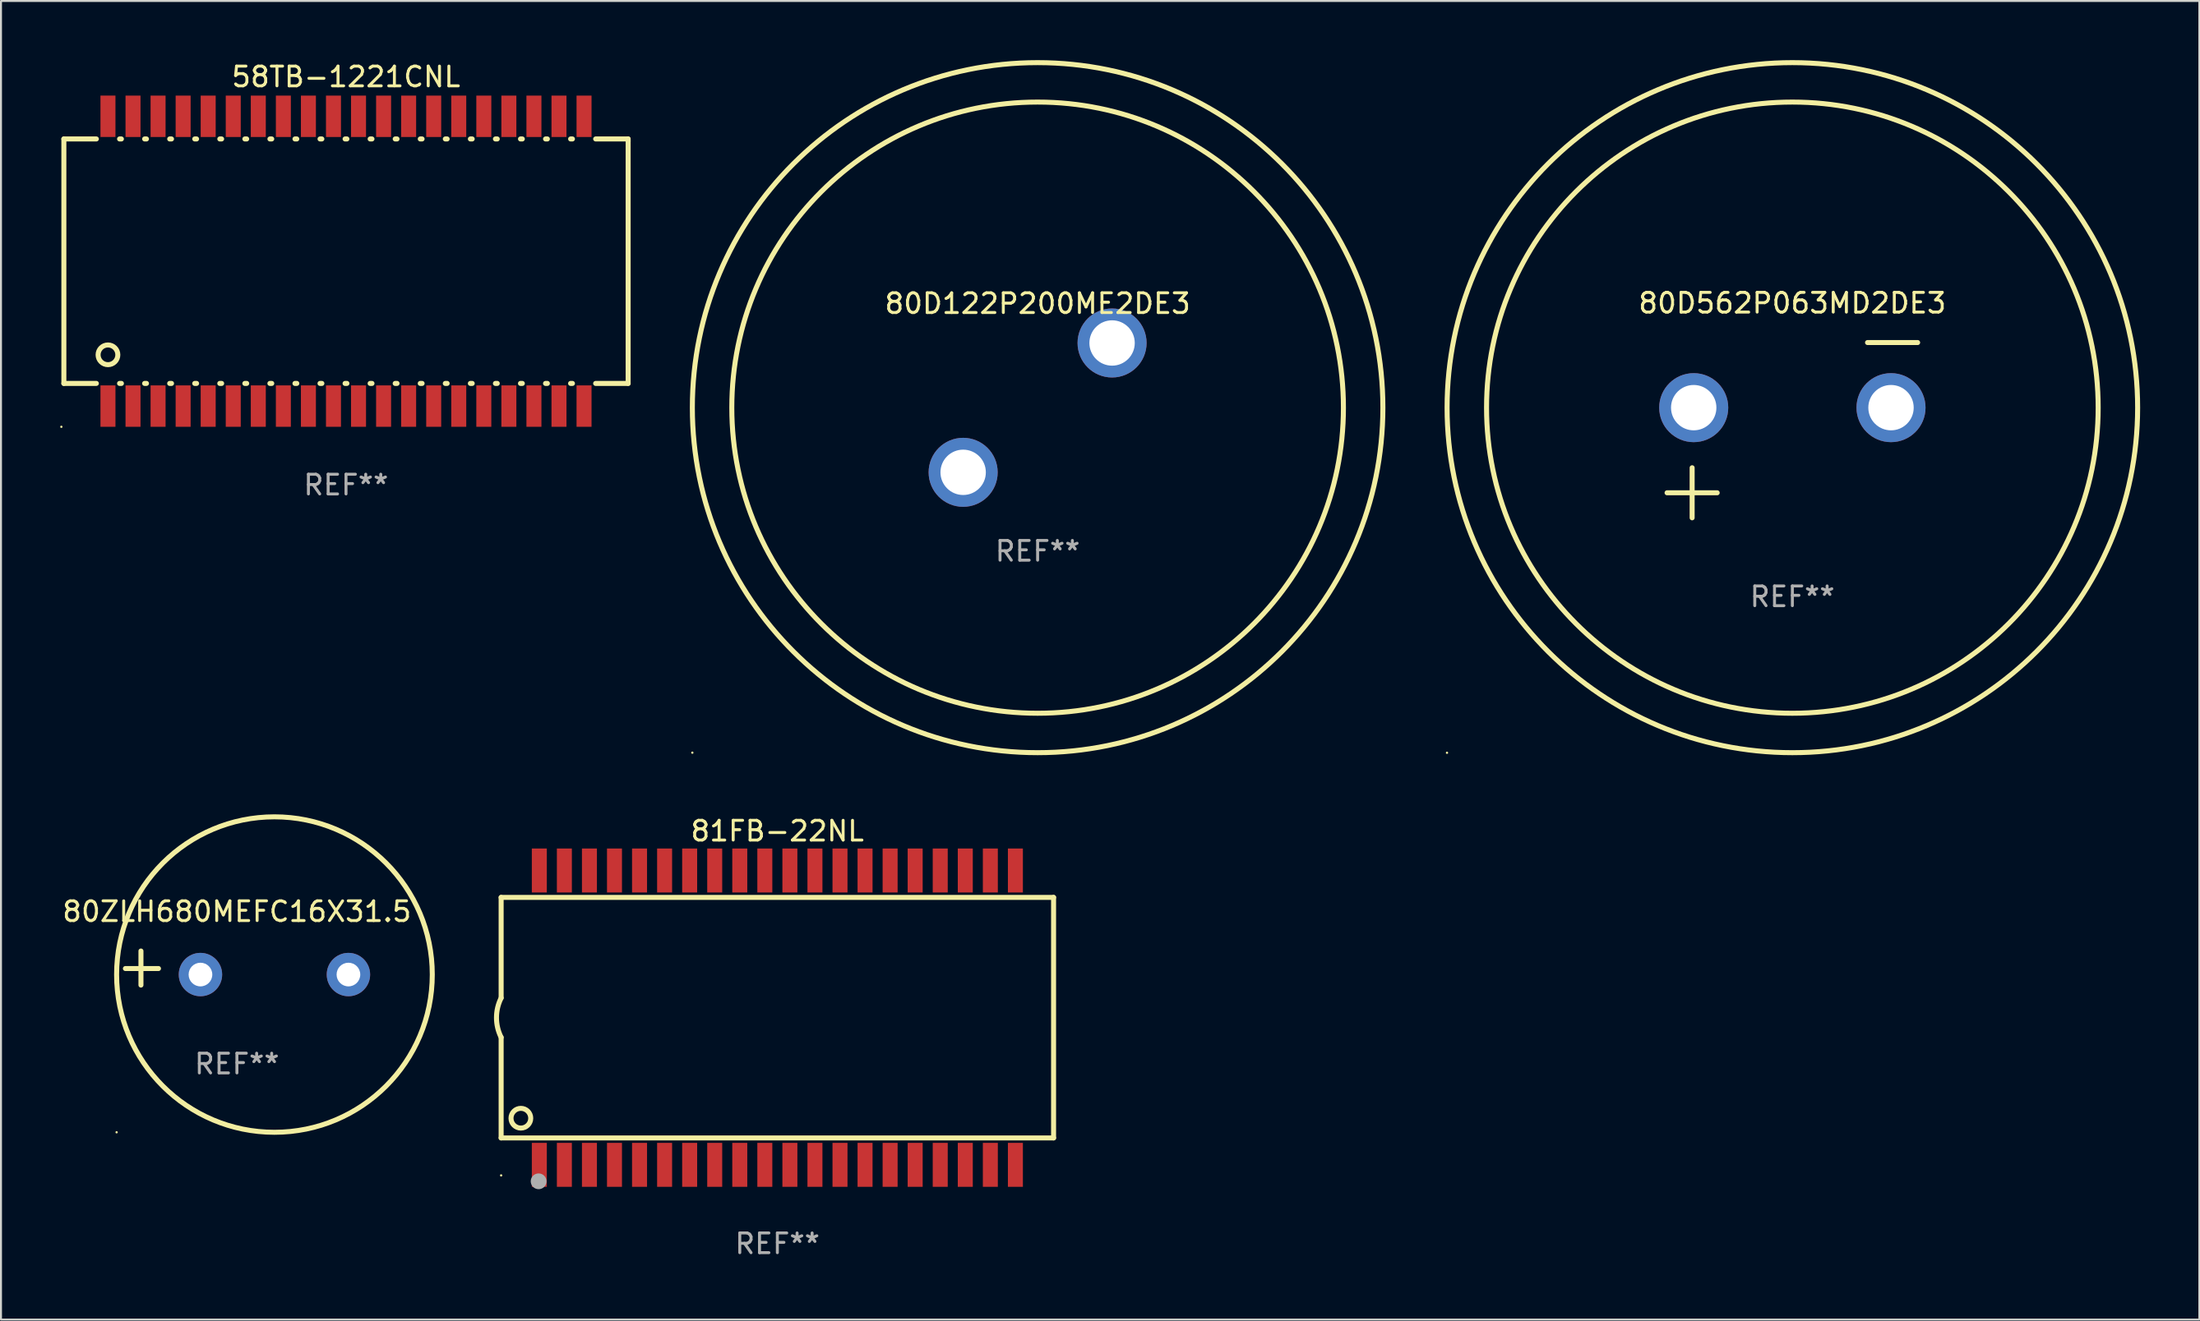
<source format=kicad_pcb>
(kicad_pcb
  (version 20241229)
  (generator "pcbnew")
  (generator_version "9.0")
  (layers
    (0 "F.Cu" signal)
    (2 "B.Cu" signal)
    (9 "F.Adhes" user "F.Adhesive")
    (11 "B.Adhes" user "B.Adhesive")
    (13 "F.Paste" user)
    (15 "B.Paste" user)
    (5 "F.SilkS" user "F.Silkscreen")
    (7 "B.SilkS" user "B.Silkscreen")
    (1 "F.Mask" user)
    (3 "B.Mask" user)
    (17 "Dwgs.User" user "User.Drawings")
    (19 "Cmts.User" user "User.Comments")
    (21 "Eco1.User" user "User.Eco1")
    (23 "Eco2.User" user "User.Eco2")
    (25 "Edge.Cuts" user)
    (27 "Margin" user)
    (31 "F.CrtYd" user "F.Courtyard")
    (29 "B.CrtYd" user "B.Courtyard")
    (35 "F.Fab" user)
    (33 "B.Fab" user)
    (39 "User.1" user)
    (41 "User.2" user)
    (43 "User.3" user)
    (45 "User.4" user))
  (footprint "80D122P200ME2DE3"
    (layer "F.Cu")
    (at 49.541 17.627)
    (property "Reference" "80D122P200ME2DE3" (at 0 -5.28 0) (layer "F.SilkS") (effects (font (size 1 1) (thickness 0.15))))
    (attr through_hole)
    (fp_circle (center -17.5 17.5) (end -17.47 17.5) (stroke (width 0.06) (type solid)) (fill no) (layer "F.SilkS"))
    (fp_circle (center 0.000127 0) (end 15.5 0) (stroke (width 0.254) (type solid)) (fill no) (layer "F.SilkS"))
    (fp_circle (center 0.000127 0) (end 17.5 0) (stroke (width 0.254) (type solid)) (fill no) (layer "F.SilkS"))
    (fp_text user "-" (at 3.792 -0.019 0) (layer "B.Mask") (effects (font (size 1 1) (thickness 0.15))))
    (fp_text user "+" (at -2.209 6.481 0) (layer "B.Mask") (effects (font (size 1 1) (thickness 0.15))))
    (fp_text user "REF**" (at 0 7.28 0) (layer "F.Fab") (effects (font (size 1 1) (thickness 0.15))))
    (pad "1" thru_hole circle (at -3.774 3.28) (size 3.5 3.5) (drill 2.3) (layers "*.Cu" "*.Mask"))
    (pad "2" thru_hole circle (at 3.774 -3.28) (size 3.5 3.5) (drill 2.3) (layers "*.Cu" "*.Mask")))
  (footprint "58TB-1221CNL"
    (layer "F.Cu")
    (at 14.487 10.198)
    (property "Reference" "58TB-1221CNL" (at 0 -9.35 0) (layer "F.SilkS") (effects (font (size 1 1) (thickness 0.15))))
    (attr through_hole)
    (fp_line (start -14.3 -6.2) (end -12.653 -6.2) (stroke (width 0.254) (type solid)) (layer "F.SilkS"))
    (fp_line (start -14.3 6.2) (end -14.3 -6.2) (stroke (width 0.254) (type solid)) (layer "F.SilkS"))
    (fp_line (start -12.653 6.2) (end -14.3 6.2) (stroke (width 0.254) (type solid)) (layer "F.SilkS"))
    (fp_line (start -11.477 -6.2) (end -11.384 -6.2) (stroke (width 0.254) (type solid)) (layer "F.SilkS"))
    (fp_line (start -11.383 6.2) (end -11.477 6.2) (stroke (width 0.254) (type solid)) (layer "F.SilkS"))
    (fp_line (start -10.206 -6.2) (end -10.114 -6.2) (stroke (width 0.254) (type solid)) (layer "F.SilkS"))
    (fp_line (start -10.113 6.2) (end -10.207 6.2) (stroke (width 0.254) (type solid)) (layer "F.SilkS"))
    (fp_line (start -8.936 -6.2) (end -8.844 -6.2) (stroke (width 0.254) (type solid)) (layer "F.SilkS"))
    (fp_line (start -8.843 6.2) (end -8.937 6.2) (stroke (width 0.254) (type solid)) (layer "F.SilkS"))
    (fp_line (start -7.666 -6.2) (end -7.574 -6.2) (stroke (width 0.254) (type solid)) (layer "F.SilkS"))
    (fp_line (start -7.573 6.2) (end -7.667 6.2) (stroke (width 0.254) (type solid)) (layer "F.SilkS"))
    (fp_line (start -6.396 -6.2) (end -6.304 -6.2) (stroke (width 0.254) (type solid)) (layer "F.SilkS"))
    (fp_line (start -6.303 6.2) (end -6.397 6.2) (stroke (width 0.254) (type solid)) (layer "F.SilkS"))
    (fp_line (start -5.126 -6.2) (end -5.034 -6.2) (stroke (width 0.254) (type solid)) (layer "F.SilkS"))
    (fp_line (start -5.033 6.2) (end -5.127 6.2) (stroke (width 0.254) (type solid)) (layer "F.SilkS"))
    (fp_line (start -3.856 -6.2) (end -3.764 -6.2) (stroke (width 0.254) (type solid)) (layer "F.SilkS"))
    (fp_line (start -3.763 6.2) (end -3.857 6.2) (stroke (width 0.254) (type solid)) (layer "F.SilkS"))
    (fp_line (start -2.586 -6.2) (end -2.494 -6.2) (stroke (width 0.254) (type solid)) (layer "F.SilkS"))
    (fp_line (start -2.493 6.2) (end -2.587 6.2) (stroke (width 0.254) (type solid)) (layer "F.SilkS"))
    (fp_line (start -1.316 -6.2) (end -1.224 -6.2) (stroke (width 0.254) (type solid)) (layer "F.SilkS"))
    (fp_line (start -1.223 6.2) (end -1.317 6.2) (stroke (width 0.254) (type solid)) (layer "F.SilkS"))
    (fp_line (start -0.046 -6.2) (end 0.046 -6.2) (stroke (width 0.254) (type solid)) (layer "F.SilkS"))
    (fp_line (start 0.047 6.2) (end -0.047 6.2) (stroke (width 0.254) (type solid)) (layer "F.SilkS"))
    (fp_line (start 1.224 -6.2) (end 1.316 -6.2) (stroke (width 0.254) (type solid)) (layer "F.SilkS"))
    (fp_line (start 1.317 6.2) (end 1.223 6.2) (stroke (width 0.254) (type solid)) (layer "F.SilkS"))
    (fp_line (start 2.494 -6.2) (end 2.586 -6.2) (stroke (width 0.254) (type solid)) (layer "F.SilkS"))
    (fp_line (start 2.587 6.2) (end 2.493 6.2) (stroke (width 0.254) (type solid)) (layer "F.SilkS"))
    (fp_line (start 3.764 -6.2) (end 3.856 -6.2) (stroke (width 0.254) (type solid)) (layer "F.SilkS"))
    (fp_line (start 3.857 6.2) (end 3.763 6.2) (stroke (width 0.254) (type solid)) (layer "F.SilkS"))
    (fp_line (start 5.034 -6.2) (end 5.126 -6.2) (stroke (width 0.254) (type solid)) (layer "F.SilkS"))
    (fp_line (start 5.127 6.2) (end 5.033 6.2) (stroke (width 0.254) (type solid)) (layer "F.SilkS"))
    (fp_line (start 6.304 -6.2) (end 6.396 -6.2) (stroke (width 0.254) (type solid)) (layer "F.SilkS"))
    (fp_line (start 6.397 6.2) (end 6.303 6.2) (stroke (width 0.254) (type solid)) (layer "F.SilkS"))
    (fp_line (start 7.574 -6.2) (end 7.666 -6.2) (stroke (width 0.254) (type solid)) (layer "F.SilkS"))
    (fp_line (start 7.667 6.2) (end 7.573 6.2) (stroke (width 0.254) (type solid)) (layer "F.SilkS"))
    (fp_line (start 8.844 -6.2) (end 8.936 -6.2) (stroke (width 0.254) (type solid)) (layer "F.SilkS"))
    (fp_line (start 8.937 6.2) (end 8.843 6.2) (stroke (width 0.254) (type solid)) (layer "F.SilkS"))
    (fp_line (start 10.114 -6.2) (end 10.206 -6.2) (stroke (width 0.254) (type solid)) (layer "F.SilkS"))
    (fp_line (start 10.207 6.2) (end 10.113 6.2) (stroke (width 0.254) (type solid)) (layer "F.SilkS"))
    (fp_line (start 11.384 -6.2) (end 11.476 -6.2) (stroke (width 0.254) (type solid)) (layer "F.SilkS"))
    (fp_line (start 11.477 6.2) (end 11.383 6.2) (stroke (width 0.254) (type solid)) (layer "F.SilkS"))
    (fp_line (start 12.654 -6.2) (end 14.3 -6.2) (stroke (width 0.254) (type solid)) (layer "F.SilkS"))
    (fp_line (start 14.3 -6.2) (end 14.3 -6.1) (stroke (width 0.254) (type solid)) (layer "F.SilkS"))
    (fp_line (start 14.3 -6.1) (end 14.3 6.2) (stroke (width 0.254) (type solid)) (layer "F.SilkS"))
    (fp_line (start 14.3 6.2) (end 12.653 6.2) (stroke (width 0.254) (type solid)) (layer "F.SilkS"))
    (fp_circle (center -14.427 8.4) (end -14.397 8.4) (stroke (width 0.06) (type solid)) (fill no) (layer "F.SilkS"))
    (fp_circle (center -12.065 4.749) (end -11.565 4.749) (stroke (width 0.254) (type solid)) (fill no) (layer "F.SilkS"))
    (fp_text user "REF**" (at 0 11.35 0) (layer "F.Fab") (effects (font (size 1 1) (thickness 0.15))))
    (pad "1" smd rect (at -12.065 7.35) (size 0.76 2.1) (layers "F.Cu" "F.Mask" "F.Paste"))
    (pad "2" smd rect (at -10.795 7.35) (size 0.76 2.1) (layers "F.Cu" "F.Mask" "F.Paste"))
    (pad "3" smd rect (at -9.525 7.35) (size 0.76 2.1) (layers "F.Cu" "F.Mask" "F.Paste"))
    (pad "4" smd rect (at -8.255 7.35) (size 0.76 2.1) (layers "F.Cu" "F.Mask" "F.Paste"))
    (pad "5" smd rect (at -6.985 7.35) (size 0.76 2.1) (layers "F.Cu" "F.Mask" "F.Paste"))
    (pad "6" smd rect (at -5.715 7.35) (size 0.76 2.1) (layers "F.Cu" "F.Mask" "F.Paste"))
    (pad "7" smd rect (at -4.445 7.35) (size 0.76 2.1) (layers "F.Cu" "F.Mask" "F.Paste"))
    (pad "8" smd rect (at -3.175 7.35) (size 0.76 2.1) (layers "F.Cu" "F.Mask" "F.Paste"))
    (pad "9" smd rect (at -1.905 7.35) (size 0.76 2.1) (layers "F.Cu" "F.Mask" "F.Paste"))
    (pad "10" smd rect (at -0.635 7.35) (size 0.76 2.1) (layers "F.Cu" "F.Mask" "F.Paste"))
    (pad "11" smd rect (at 0.635 7.35) (size 0.76 2.1) (layers "F.Cu" "F.Mask" "F.Paste"))
    (pad "12" smd rect (at 1.905 7.35) (size 0.76 2.1) (layers "F.Cu" "F.Mask" "F.Paste"))
    (pad "13" smd rect (at 3.175 7.35) (size 0.76 2.1) (layers "F.Cu" "F.Mask" "F.Paste"))
    (pad "14" smd rect (at 4.445 7.35) (size 0.76 2.1) (layers "F.Cu" "F.Mask" "F.Paste"))
    (pad "15" smd rect (at 5.715 7.35) (size 0.76 2.1) (layers "F.Cu" "F.Mask" "F.Paste"))
    (pad "16" smd rect (at 6.985 7.35) (size 0.76 2.1) (layers "F.Cu" "F.Mask" "F.Paste"))
    (pad "17" smd rect (at 8.255 7.35) (size 0.76 2.1) (layers "F.Cu" "F.Mask" "F.Paste"))
    (pad "18" smd rect (at 9.525 7.35) (size 0.76 2.1) (layers "F.Cu" "F.Mask" "F.Paste"))
    (pad "19" smd rect (at 10.795 7.35) (size 0.76 2.1) (layers "F.Cu" "F.Mask" "F.Paste"))
    (pad "20" smd rect (at 12.065 7.35) (size 0.76 2.1) (layers "F.Cu" "F.Mask" "F.Paste"))
    (pad "21" smd rect (at 12.065 -7.349) (size 0.76 2.1) (layers "F.Cu" "F.Mask" "F.Paste"))
    (pad "22" smd rect (at 10.795 -7.349) (size 0.76 2.1) (layers "F.Cu" "F.Mask" "F.Paste"))
    (pad "23" smd rect (at 9.525 -7.349) (size 0.76 2.1) (layers "F.Cu" "F.Mask" "F.Paste"))
    (pad "24" smd rect (at 8.255 -7.349) (size 0.76 2.1) (layers "F.Cu" "F.Mask" "F.Paste"))
    (pad "25" smd rect (at 6.985 -7.349) (size 0.76 2.1) (layers "F.Cu" "F.Mask" "F.Paste"))
    (pad "26" smd rect (at 5.715 -7.349) (size 0.76 2.1) (layers "F.Cu" "F.Mask" "F.Paste"))
    (pad "27" smd rect (at 4.445 -7.349) (size 0.76 2.1) (layers "F.Cu" "F.Mask" "F.Paste"))
    (pad "28" smd rect (at 3.175 -7.349) (size 0.76 2.1) (layers "F.Cu" "F.Mask" "F.Paste"))
    (pad "29" smd rect (at 1.905 -7.349) (size 0.76 2.1) (layers "F.Cu" "F.Mask" "F.Paste"))
    (pad "30" smd rect (at 0.635 -7.349) (size 0.76 2.1) (layers "F.Cu" "F.Mask" "F.Paste"))
    (pad "31" smd rect (at -0.635 -7.349) (size 0.76 2.1) (layers "F.Cu" "F.Mask" "F.Paste"))
    (pad "32" smd rect (at -1.905 -7.349) (size 0.76 2.1) (layers "F.Cu" "F.Mask" "F.Paste"))
    (pad "33" smd rect (at -3.175 -7.349) (size 0.76 2.1) (layers "F.Cu" "F.Mask" "F.Paste"))
    (pad "34" smd rect (at -4.445 -7.349) (size 0.76 2.1) (layers "F.Cu" "F.Mask" "F.Paste"))
    (pad "35" smd rect (at -5.715 -7.349) (size 0.76 2.1) (layers "F.Cu" "F.Mask" "F.Paste"))
    (pad "36" smd rect (at -6.985 -7.349) (size 0.76 2.1) (layers "F.Cu" "F.Mask" "F.Paste"))
    (pad "37" smd rect (at -8.255 -7.349) (size 0.76 2.1) (layers "F.Cu" "F.Mask" "F.Paste"))
    (pad "38" smd rect (at -9.525 -7.349) (size 0.76 2.1) (layers "F.Cu" "F.Mask" "F.Paste"))
    (pad "39" smd rect (at -10.795 -7.349) (size 0.76 2.1) (layers "F.Cu" "F.Mask" "F.Paste"))
    (pad "40" smd rect (at -12.065 -7.35) (size 0.76 2.1) (layers "F.Cu" "F.Mask" "F.Paste")))
  (footprint "80D562P063MD2DE3"
    (layer "F.Cu")
    (at 87.795 18.77)
    (property "Reference" "80D562P063MD2DE3" (at 0 -6.445 0) (layer "F.SilkS") (effects (font (size 1 1) (thickness 0.15))))
    (attr through_hole)
    (fp_line (start -6.35 3.175) (end -3.81 3.175) (stroke (width 0.254) (type solid)) (layer "F.SilkS"))
    (fp_line (start -5.08 1.905) (end -5.08 4.445) (stroke (width 0.254) (type solid)) (layer "F.SilkS"))
    (fp_line (start 3.81 -4.445) (end 6.35 -4.445) (stroke (width 0.254) (type solid)) (layer "F.SilkS"))
    (fp_circle (center -17.505 16.362) (end -17.475 16.362) (stroke (width 0.06) (type solid)) (fill no) (layer "F.SilkS"))
    (fp_circle (center 0 -1.143) (end 15.5 -1.143) (stroke (width 0.254) (type solid)) (fill no) (layer "F.SilkS"))
    (fp_circle (center 0 -1.143) (end 17.5 -1.143) (stroke (width 0.254) (type solid)) (fill no) (layer "F.SilkS"))
    (fp_text user "REF**" (at 0 8.445 0) (layer "F.Fab") (effects (font (size 1 1) (thickness 0.15))))
    (pad "1" thru_hole circle (at -5 -1.143) (size 3.5 3.5) (drill 2.3) (layers "*.Cu" "*.Mask"))
    (pad "2" thru_hole circle (at 5 -1.143) (size 3.5 3.5) (drill 2.3) (layers "*.Cu" "*.Mask")))
  (footprint "81FB-22NL"
    (layer "F.Cu")
    (at 36.35 48.568)
    (property "Reference" "81FB-22NL" (at 0 -9.465 0) (layer "F.SilkS") (effects (font (size 1 1) (thickness 0.15))))
    (attr through_hole)
    (fp_line (start -14 -6.1) (end 14 -6.1) (stroke (width 0.254) (type solid)) (layer "F.SilkS"))
    (fp_line (start -14 -1) (end -14 -6.1) (stroke (width 0.254) (type solid)) (layer "F.SilkS"))
    (fp_line (start -14 6.1) (end -14 1) (stroke (width 0.254) (type solid)) (layer "F.SilkS"))
    (fp_line (start -14 6.1) (end 14 6.1) (stroke (width 0.254) (type solid)) (layer "F.SilkS"))
    (fp_line (start 14 6.1) (end 14 -6.1) (stroke (width 0.254) (type solid)) (layer "F.SilkS"))
    (fp_arc (start -13.999949 1) (mid -14.236017 0) (end -13.999949 -1) (stroke (width 0.254001) (type solid)) (layer "F.SilkS"))
    (fp_circle (center -14 8) (end -13.97 8) (stroke (width 0.06) (type solid)) (fill no) (layer "F.SilkS"))
    (fp_circle (center -13 5.1) (end -12.5 5.1) (stroke (width 0.254) (type solid)) (fill no) (layer "F.SilkS"))
    (fp_circle (center -12.1 8.3) (end -11.9 8.3) (stroke (width 0.4) (type solid)) (fill no) (layer "F.Fab"))
    (fp_text user "REF**" (at 0 11.465 0) (layer "F.Fab") (effects (font (size 1 1) (thickness 0.15))))
    (pad "1" smd rect (at -12.065 7.465) (size 0.76 2.23) (layers "F.Cu" "F.Mask" "F.Paste"))
    (pad "2" smd rect (at -10.795 7.465) (size 0.76 2.23) (layers "F.Cu" "F.Mask" "F.Paste"))
    (pad "3" smd rect (at -9.525 7.465) (size 0.76 2.23) (layers "F.Cu" "F.Mask" "F.Paste"))
    (pad "4" smd rect (at -8.255 7.465) (size 0.76 2.23) (layers "F.Cu" "F.Mask" "F.Paste"))
    (pad "5" smd rect (at -6.985 7.465) (size 0.76 2.23) (layers "F.Cu" "F.Mask" "F.Paste"))
    (pad "6" smd rect (at -5.715 7.465) (size 0.76 2.23) (layers "F.Cu" "F.Mask" "F.Paste"))
    (pad "7" smd rect (at -4.445 7.465) (size 0.76 2.23) (layers "F.Cu" "F.Mask" "F.Paste"))
    (pad "8" smd rect (at -3.175 7.465) (size 0.76 2.23) (layers "F.Cu" "F.Mask" "F.Paste"))
    (pad "9" smd rect (at -1.905 7.465) (size 0.76 2.23) (layers "F.Cu" "F.Mask" "F.Paste"))
    (pad "10" smd rect (at -0.635 7.465) (size 0.76 2.23) (layers "F.Cu" "F.Mask" "F.Paste"))
    (pad "11" smd rect (at 0.635 7.465) (size 0.76 2.23) (layers "F.Cu" "F.Mask" "F.Paste"))
    (pad "12" smd rect (at 1.905 7.465) (size 0.76 2.23) (layers "F.Cu" "F.Mask" "F.Paste"))
    (pad "13" smd rect (at 3.175 7.465) (size 0.76 2.23) (layers "F.Cu" "F.Mask" "F.Paste"))
    (pad "14" smd rect (at 4.445 7.465) (size 0.76 2.23) (layers "F.Cu" "F.Mask" "F.Paste"))
    (pad "15" smd rect (at 5.715 7.465) (size 0.76 2.23) (layers "F.Cu" "F.Mask" "F.Paste"))
    (pad "16" smd rect (at 6.985 7.465) (size 0.76 2.23) (layers "F.Cu" "F.Mask" "F.Paste"))
    (pad "17" smd rect (at 8.255 7.465) (size 0.76 2.23) (layers "F.Cu" "F.Mask" "F.Paste"))
    (pad "18" smd rect (at 9.525 7.465) (size 0.76 2.23) (layers "F.Cu" "F.Mask" "F.Paste"))
    (pad "19" smd rect (at 10.795 7.465) (size 0.76 2.23) (layers "F.Cu" "F.Mask" "F.Paste"))
    (pad "20" smd rect (at 12.065 7.465) (size 0.76 2.23) (layers "F.Cu" "F.Mask" "F.Paste"))
    (pad "21" smd rect (at 12.065 -7.465) (size 0.76 2.23) (layers "F.Cu" "F.Mask" "F.Paste"))
    (pad "22" smd rect (at 10.795 -7.465) (size 0.76 2.23) (layers "F.Cu" "F.Mask" "F.Paste"))
    (pad "23" smd rect (at 9.525 -7.465) (size 0.76 2.23) (layers "F.Cu" "F.Mask" "F.Paste"))
    (pad "24" smd rect (at 8.255 -7.465) (size 0.76 2.23) (layers "F.Cu" "F.Mask" "F.Paste"))
    (pad "25" smd rect (at 6.985 -7.465) (size 0.76 2.23) (layers "F.Cu" "F.Mask" "F.Paste"))
    (pad "26" smd rect (at 5.715 -7.465) (size 0.76 2.23) (layers "F.Cu" "F.Mask" "F.Paste"))
    (pad "27" smd rect (at 4.445 -7.465) (size 0.76 2.23) (layers "F.Cu" "F.Mask" "F.Paste"))
    (pad "28" smd rect (at 3.175 -7.465) (size 0.76 2.23) (layers "F.Cu" "F.Mask" "F.Paste"))
    (pad "29" smd rect (at 1.905 -7.465) (size 0.76 2.23) (layers "F.Cu" "F.Mask" "F.Paste"))
    (pad "30" smd rect (at 0.635 -7.465) (size 0.76 2.23) (layers "F.Cu" "F.Mask" "F.Paste"))
    (pad "31" smd rect (at -0.635 -7.465) (size 0.76 2.23) (layers "F.Cu" "F.Mask" "F.Paste"))
    (pad "32" smd rect (at -1.905 -7.465) (size 0.76 2.23) (layers "F.Cu" "F.Mask" "F.Paste"))
    (pad "33" smd rect (at -3.175 -7.465) (size 0.76 2.23) (layers "F.Cu" "F.Mask" "F.Paste"))
    (pad "34" smd rect (at -4.445 -7.465) (size 0.76 2.23) (layers "F.Cu" "F.Mask" "F.Paste"))
    (pad "35" smd rect (at -5.715 -7.465) (size 0.76 2.23) (layers "F.Cu" "F.Mask" "F.Paste"))
    (pad "36" smd rect (at -6.985 -7.465) (size 0.76 2.23) (layers "F.Cu" "F.Mask" "F.Paste"))
    (pad "37" smd rect (at -8.255 -7.465) (size 0.76 2.23) (layers "F.Cu" "F.Mask" "F.Paste"))
    (pad "38" smd rect (at -9.525 -7.465) (size 0.76 2.23) (layers "F.Cu" "F.Mask" "F.Paste"))
    (pad "39" smd rect (at -10.795 -7.465) (size 0.76 2.23) (layers "F.Cu" "F.Mask" "F.Paste"))
    (pad "40" smd rect (at -12.065 -7.465) (size 0.76 2.23) (layers "F.Cu" "F.Mask" "F.Paste")))
  (footprint "80ZLH680MEFC16X31.5"
    (layer "F.Cu")
    (at 8.958 46.051)
    (property "Reference" "80ZLH680MEFC16X31.5" (at 0 -2.864 0) (layer "F.SilkS") (effects (font (size 1 1) (thickness 0.15))))
    (attr through_hole)
    (fp_line (start -4.864 0.864) (end -4.864 -0.864) (stroke (width 0.254) (type solid)) (layer "F.SilkS"))
    (fp_line (start -3.975 0.025) (end -5.652 0.025) (stroke (width 0.254) (type solid)) (layer "F.SilkS"))
    (fp_circle (center -6.098 8.33) (end -6.068 8.33) (stroke (width 0.06) (type solid)) (fill no) (layer "F.SilkS"))
    (fp_circle (center 1.902 0.33) (end 9.902 0.33) (stroke (width 0.254) (type solid)) (fill no) (layer "F.SilkS"))
    (fp_text user "REF**" (at 0 4.864 0) (layer "F.Fab") (effects (font (size 1 1) (thickness 0.15))))
    (pad "1" thru_hole circle (at -1.848 0.33) (size 2.2 2.2) (drill 1.2) (layers "*.Cu" "*.Mask"))
    (pad "2" thru_hole circle (at 5.652 0.33) (size 2.2 2.2) (drill 1.2) (layers "*.Cu" "*.Mask")))
  (gr_rect
    (start -3 -3)
    (end 108.423 63.881)
    (stroke (width 0.1) (type default))
    (fill no)
    (layer "Edge.Cuts")))
</source>
